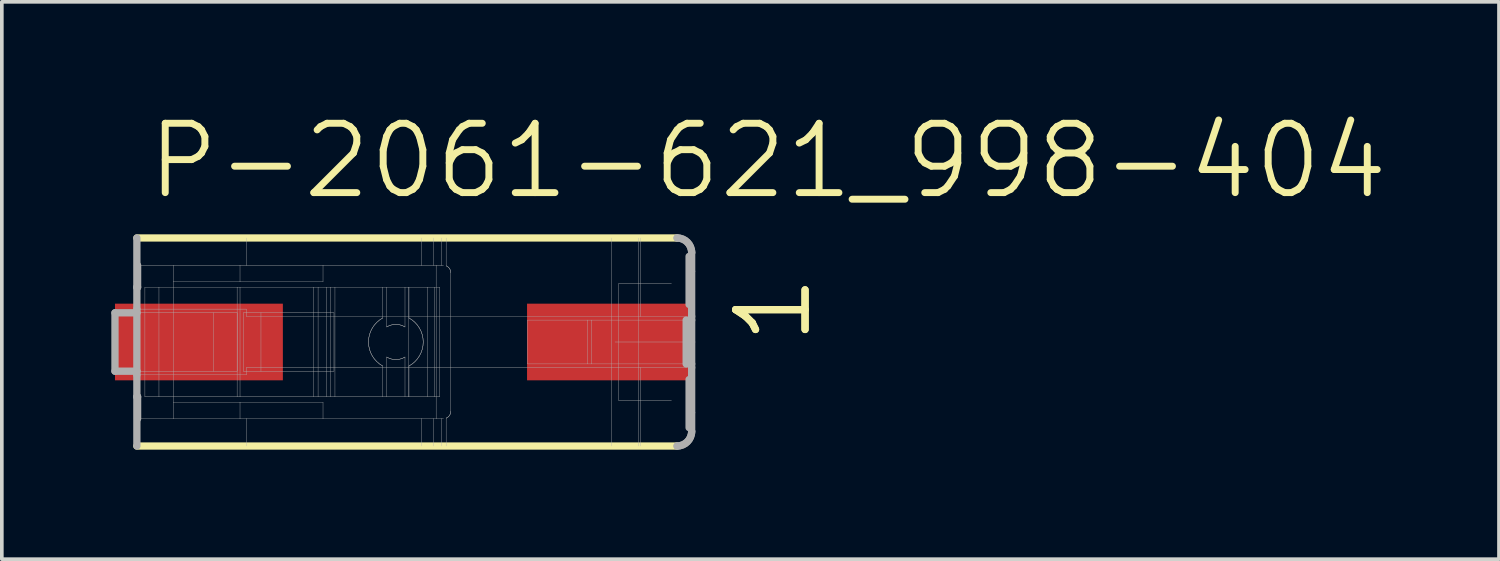
<source format=kicad_pcb>
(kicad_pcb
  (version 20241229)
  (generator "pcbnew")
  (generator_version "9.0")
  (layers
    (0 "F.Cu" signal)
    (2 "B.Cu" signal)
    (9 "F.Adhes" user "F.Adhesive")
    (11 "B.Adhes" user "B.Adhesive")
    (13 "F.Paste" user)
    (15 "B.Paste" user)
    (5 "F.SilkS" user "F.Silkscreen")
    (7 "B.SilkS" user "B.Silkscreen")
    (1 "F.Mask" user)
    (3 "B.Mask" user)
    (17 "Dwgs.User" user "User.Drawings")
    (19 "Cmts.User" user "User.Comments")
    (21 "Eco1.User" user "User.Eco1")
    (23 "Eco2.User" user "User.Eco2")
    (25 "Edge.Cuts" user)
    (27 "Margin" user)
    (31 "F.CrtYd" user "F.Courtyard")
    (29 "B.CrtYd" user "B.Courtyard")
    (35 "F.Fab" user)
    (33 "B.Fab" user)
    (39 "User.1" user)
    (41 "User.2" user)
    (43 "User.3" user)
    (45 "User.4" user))
  (footprint "P-2061-621_998-404"
    (layer "F.Cu")
    (at 8.05 6.32)
    (property "Reference" "P-2061-621_998-404" (at -7.15 -3.85 0) (layer "F.SilkS") (effects (font (size 1.9 1.9) (thickness 0.19)) (justify left bottom)))
    (attr through_hole)
    (fp_line (start 7.445 -2.85) (end -7.35 -2.85) (stroke (width 0.2) (type solid)) (layer "F.SilkS"))
    (fp_line (start 7.445 2.85) (end -7.35 2.85) (stroke (width 0.2) (type solid)) (layer "F.SilkS"))
    (fp_line (start -7.95 -0.8) (end -7.35 -0.8) (stroke (width 0.2) (type solid)) (layer "F.Fab"))
    (fp_line (start -7.95 0.8) (end -7.95 -0.8) (stroke (width 0.2) (type solid)) (layer "F.Fab"))
    (fp_line (start -7.95 0.8) (end -7.35 0.8) (stroke (width 0.2) (type solid)) (layer "F.Fab"))
    (fp_line (start -7.35 -1.5) (end -7.35 -2.85) (stroke (width 0.2) (type solid)) (layer "F.Fab"))
    (fp_line (start -7.35 -0.9) (end -7.35 -1.5) (stroke (width 0.2) (type solid)) (layer "F.Fab"))
    (fp_line (start -7.35 -0.8) (end -7.35 -0.9) (stroke (width 0.2) (type solid)) (layer "F.Fab"))
    (fp_line (start -7.35 -0.8) (end -5.25 -0.8) (stroke (width 0.01) (type solid)) (layer "F.Fab"))
    (fp_line (start -7.35 0.8) (end -7.35 -0.8) (stroke (width 0.2) (type solid)) (layer "F.Fab"))
    (fp_line (start -7.35 0.8) (end -5.25 0.8) (stroke (width 0.01) (type solid)) (layer "F.Fab"))
    (fp_line (start -7.35 0.9) (end -7.35 0.8) (stroke (width 0.2) (type solid)) (layer "F.Fab"))
    (fp_line (start -7.35 1.5) (end -7.35 0.9) (stroke (width 0.2) (type solid)) (layer "F.Fab"))
    (fp_line (start -7.35 2.85) (end -7.35 1.5) (stroke (width 0.2) (type solid)) (layer "F.Fab"))
    (fp_line (start -7.33 -2.1) (end -7.33 -1.5) (stroke (width 0.2) (type solid)) (layer "F.Fab"))
    (fp_line (start -7.33 -1.5) (end -7.35 -1.5) (stroke (width 0.2) (type solid)) (layer "F.Fab"))
    (fp_line (start -7.33 1.5) (end -7.35 1.5) (stroke (width 0.2) (type solid)) (layer "F.Fab"))
    (fp_line (start -7.33 1.5) (end -7.33 2.1) (stroke (width 0.2) (type solid)) (layer "F.Fab"))
    (fp_line (start -7.33 2.1) (end -6.35 2.1) (stroke (width 0.01) (type solid)) (layer "F.Fab"))
    (fp_line (start -7.13 1.5) (end -7.13 -1.5) (stroke (width 0.01) (type solid)) (layer "F.Fab"))
    (fp_line (start -6.745 -1.5) (end -7.13 -1.5) (stroke (width 0.01) (type solid)) (layer "F.Fab"))
    (fp_line (start -6.745 1.5) (end -7.13 1.5) (stroke (width 0.01) (type solid)) (layer "F.Fab"))
    (fp_line (start -6.745 1.5) (end -6.745 -1.5) (stroke (width 0.01) (type solid)) (layer "F.Fab"))
    (fp_line (start -6.35 -2.1) (end -7.33 -2.1) (stroke (width 0.01) (type solid)) (layer "F.Fab"))
    (fp_line (start -6.35 -1.65) (end -6.35 -2.1) (stroke (width 0.01) (type solid)) (layer "F.Fab"))
    (fp_line (start -6.35 1.65) (end -6.35 -1.65) (stroke (width 0.01) (type solid)) (layer "F.Fab"))
    (fp_line (start -6.35 2.1) (end -6.35 1.65) (stroke (width 0.01) (type solid)) (layer "F.Fab"))
    (fp_line (start -6.35 2.1) (end -4.524 2.1) (stroke (width 0.01) (type solid)) (layer "F.Fab"))
    (fp_line (start -5.25 -0.8) (end -4.602 -0.8) (stroke (width 0.01) (type solid)) (layer "F.Fab"))
    (fp_line (start -5.25 0.8) (end -5.25 -0.8) (stroke (width 0.01) (type solid)) (layer "F.Fab"))
    (fp_line (start -5.25 0.8) (end -4.602 0.8) (stroke (width 0.01) (type solid)) (layer "F.Fab"))
    (fp_line (start -4.603 -1.5) (end -6.745 -1.5) (stroke (width 0.01) (type solid)) (layer "F.Fab"))
    (fp_line (start -4.603 1.5) (end -6.745 1.5) (stroke (width 0.01) (type solid)) (layer "F.Fab"))
    (fp_line (start -4.603 1.5) (end -4.603 -1.5) (stroke (width 0.01) (type solid)) (layer "F.Fab"))
    (fp_line (start -4.602 -0.8) (end -4.602 0.8) (stroke (width 0.01) (type solid)) (layer "F.Fab"))
    (fp_line (start -4.524 -2.1) (end -6.35 -2.1) (stroke (width 0.01) (type solid)) (layer "F.Fab"))
    (fp_line (start -4.524 -1.65) (end -6.35 -1.65) (stroke (width 0.01) (type solid)) (layer "F.Fab"))
    (fp_line (start -4.524 -1.65) (end -4.524 -2.1) (stroke (width 0.01) (type solid)) (layer "F.Fab"))
    (fp_line (start -4.524 -1.5) (end -4.603 -1.5) (stroke (width 0.01) (type solid)) (layer "F.Fab"))
    (fp_line (start -4.524 1.5) (end -4.603 1.5) (stroke (width 0.01) (type solid)) (layer "F.Fab"))
    (fp_line (start -4.524 1.5) (end -4.524 -1.5) (stroke (width 0.01) (type solid)) (layer "F.Fab"))
    (fp_line (start -4.524 1.65) (end -6.35 1.65) (stroke (width 0.01) (type solid)) (layer "F.Fab"))
    (fp_line (start -4.524 1.65) (end -4.524 2.1) (stroke (width 0.01) (type solid)) (layer "F.Fab"))
    (fp_line (start -4.524 2.1) (end -4.35 2.1) (stroke (width 0.01) (type solid)) (layer "F.Fab"))
    (fp_line (start -4.432 0.8) (end -4.432 -0.8) (stroke (width 0.01) (type solid)) (layer "F.Fab"))
    (fp_line (start -4.35 -2.1) (end -4.524 -2.1) (stroke (width 0.01) (type solid)) (layer "F.Fab"))
    (fp_line (start -4.35 -2.1) (end -4.35 -2.85) (stroke (width 0.01) (type solid)) (layer "F.Fab"))
    (fp_line (start -4.35 -0.9) (end -7.35 -0.9) (stroke (width 0.01) (type solid)) (layer "F.Fab"))
    (fp_line (start -4.35 -0.7) (end -4.35 -0.9) (stroke (width 0.01) (type solid)) (layer "F.Fab"))
    (fp_line (start -4.35 -0.7) (end 6.45 -0.7) (stroke (width 0.01) (type solid)) (layer "F.Fab"))
    (fp_line (start -4.35 0.7) (end 6.45 0.7) (stroke (width 0.01) (type solid)) (layer "F.Fab"))
    (fp_line (start -4.35 0.9) (end -7.35 0.9) (stroke (width 0.01) (type solid)) (layer "F.Fab"))
    (fp_line (start -4.35 0.9) (end -4.35 0.7) (stroke (width 0.01) (type solid)) (layer "F.Fab"))
    (fp_line (start -4.35 2.1) (end -2.25 2.1) (stroke (width 0.01) (type solid)) (layer "F.Fab"))
    (fp_line (start -4.35 2.85) (end -4.35 2.1) (stroke (width 0.01) (type solid)) (layer "F.Fab"))
    (fp_line (start -3.95 -0.8) (end -4.432 -0.8) (stroke (width 0.01) (type solid)) (layer "F.Fab"))
    (fp_line (start -3.95 0.8) (end -4.432 0.8) (stroke (width 0.01) (type solid)) (layer "F.Fab"))
    (fp_line (start -3.95 0.8) (end -3.95 -0.8) (stroke (width 0.01) (type solid)) (layer "F.Fab"))
    (fp_line (start -2.507 -1.5) (end -4.524 -1.5) (stroke (width 0.01) (type solid)) (layer "F.Fab"))
    (fp_line (start -2.507 1.5) (end -4.524 1.5) (stroke (width 0.01) (type solid)) (layer "F.Fab"))
    (fp_line (start -2.507 1.5) (end -2.507 -1.5) (stroke (width 0.01) (type solid)) (layer "F.Fab"))
    (fp_line (start -2.385 -1.5) (end -2.507 -1.5) (stroke (width 0.01) (type solid)) (layer "F.Fab"))
    (fp_line (start -2.385 1.5) (end -2.507 1.5) (stroke (width 0.01) (type solid)) (layer "F.Fab"))
    (fp_line (start -2.385 1.5) (end -2.385 -1.5) (stroke (width 0.01) (type solid)) (layer "F.Fab"))
    (fp_line (start -2.25 -2.1) (end -4.35 -2.1) (stroke (width 0.01) (type solid)) (layer "F.Fab"))
    (fp_line (start -2.25 -1.65) (end -4.524 -1.65) (stroke (width 0.01) (type solid)) (layer "F.Fab"))
    (fp_line (start -2.25 -1.65) (end -2.25 -2.1) (stroke (width 0.01) (type solid)) (layer "F.Fab"))
    (fp_line (start -2.25 1.65) (end -4.524 1.65) (stroke (width 0.01) (type solid)) (layer "F.Fab"))
    (fp_line (start -2.25 1.65) (end -2.25 2.1) (stroke (width 0.01) (type solid)) (layer "F.Fab"))
    (fp_line (start -2.25 2.1) (end 0.457 2.1) (stroke (width 0.01) (type solid)) (layer "F.Fab"))
    (fp_line (start -2.154 -1.5) (end -2.385 -1.5) (stroke (width 0.01) (type solid)) (layer "F.Fab"))
    (fp_line (start -2.154 1.5) (end -2.385 1.5) (stroke (width 0.01) (type solid)) (layer "F.Fab"))
    (fp_line (start -2.154 1.5) (end -2.154 -1.5) (stroke (width 0.01) (type solid)) (layer "F.Fab"))
    (fp_line (start -2.038 -1.5) (end -2.154 -1.5) (stroke (width 0.01) (type solid)) (layer "F.Fab"))
    (fp_line (start -2.038 1.5) (end -2.154 1.5) (stroke (width 0.01) (type solid)) (layer "F.Fab"))
    (fp_line (start -2.038 1.5) (end -2.038 -1.5) (stroke (width 0.01) (type solid)) (layer "F.Fab"))
    (fp_line (start -1.95 -0.8) (end -3.95 -0.8) (stroke (width 0.01) (type solid)) (layer "F.Fab"))
    (fp_line (start -1.95 0.8) (end -3.95 0.8) (stroke (width 0.01) (type solid)) (layer "F.Fab"))
    (fp_line (start -1.95 0.8) (end -1.95 -0.8) (stroke (width 0.01) (type solid)) (layer "F.Fab"))
    (fp_line (start -1.923 -1.5) (end -2.038 -1.5) (stroke (width 0.01) (type solid)) (layer "F.Fab"))
    (fp_line (start -1.923 1.5) (end -2.038 1.5) (stroke (width 0.01) (type solid)) (layer "F.Fab"))
    (fp_line (start -1.923 1.5) (end -1.923 -1.5) (stroke (width 0.01) (type solid)) (layer "F.Fab"))
    (fp_line (start -0.613 -1.5) (end -1.923 -1.5) (stroke (width 0.01) (type solid)) (layer "F.Fab"))
    (fp_line (start -0.613 -0.658) (end -0.613 -1.5) (stroke (width 0.01) (type solid)) (layer "F.Fab"))
    (fp_line (start -0.613 1.5) (end -1.923 1.5) (stroke (width 0.01) (type solid)) (layer "F.Fab"))
    (fp_line (start -0.613 1.5) (end -0.613 0.658) (stroke (width 0.01) (type solid)) (layer "F.Fab"))
    (fp_line (start -0.504 -1.5) (end -0.613 -1.5) (stroke (width 0.01) (type solid)) (layer "F.Fab"))
    (fp_line (start -0.504 -0.412) (end -0.504 -1.5) (stroke (width 0.01) (type solid)) (layer "F.Fab"))
    (fp_line (start -0.504 1.5) (end -0.613 1.5) (stroke (width 0.01) (type solid)) (layer "F.Fab"))
    (fp_line (start -0.504 1.5) (end -0.504 0.412) (stroke (width 0.01) (type solid)) (layer "F.Fab"))
    (fp_line (start -0.004 -1.5) (end -0.504 -1.5) (stroke (width 0.01) (type solid)) (layer "F.Fab"))
    (fp_line (start -0.004 -0.412) (end -0.004 -1.5) (stroke (width 0.01) (type solid)) (layer "F.Fab"))
    (fp_line (start -0.004 1.5) (end -0.504 1.5) (stroke (width 0.01) (type solid)) (layer "F.Fab"))
    (fp_line (start -0.004 1.5) (end -0.004 0.412) (stroke (width 0.01) (type solid)) (layer "F.Fab"))
    (fp_line (start 0.101 -1.5) (end -0.004 -1.5) (stroke (width 0.01) (type solid)) (layer "F.Fab"))
    (fp_line (start 0.101 1.5) (end -0.004 1.5) (stroke (width 0.01) (type solid)) (layer "F.Fab"))
    (fp_line (start 0.101 1.5) (end 0.101 -1.5) (stroke (width 0.01) (type solid)) (layer "F.Fab"))
    (fp_line (start 0.105 -1.5) (end 0.101 -1.5) (stroke (width 0.01) (type solid)) (layer "F.Fab"))
    (fp_line (start 0.105 -0.658) (end 0.105 -1.5) (stroke (width 0.01) (type solid)) (layer "F.Fab"))
    (fp_line (start 0.105 1.5) (end 0.101 1.5) (stroke (width 0.01) (type solid)) (layer "F.Fab"))
    (fp_line (start 0.105 1.5) (end 0.105 0.658) (stroke (width 0.01) (type solid)) (layer "F.Fab"))
    (fp_line (start 0.457 -2.1) (end -2.25 -2.1) (stroke (width 0.01) (type solid)) (layer "F.Fab"))
    (fp_line (start 0.457 -2.1) (end 0.457 -2.85) (stroke (width 0.01) (type solid)) (layer "F.Fab"))
    (fp_line (start 0.457 2.1) (end 0.782 2.1) (stroke (width 0.01) (type solid)) (layer "F.Fab"))
    (fp_line (start 0.457 2.85) (end 0.457 2.1) (stroke (width 0.01) (type solid)) (layer "F.Fab"))
    (fp_line (start 0.605 -1.5) (end 0.105 -1.5) (stroke (width 0.01) (type solid)) (layer "F.Fab"))
    (fp_line (start 0.605 1.5) (end 0.105 1.5) (stroke (width 0.01) (type solid)) (layer "F.Fab"))
    (fp_line (start 0.605 1.5) (end 0.605 -1.5) (stroke (width 0.01) (type solid)) (layer "F.Fab"))
    (fp_line (start 0.782 -2.1) (end 0.457 -2.1) (stroke (width 0.01) (type solid)) (layer "F.Fab"))
    (fp_line (start 0.782 -2.1) (end 0.782 -2.85) (stroke (width 0.01) (type solid)) (layer "F.Fab"))
    (fp_line (start 0.782 2.1) (end 0.85 2.1) (stroke (width 0.01) (type solid)) (layer "F.Fab"))
    (fp_line (start 0.782 2.85) (end 0.782 2.1) (stroke (width 0.01) (type solid)) (layer "F.Fab"))
    (fp_line (start 0.802 -1.5) (end 0.605 -1.5) (stroke (width 0.01) (type solid)) (layer "F.Fab"))
    (fp_line (start 0.802 1.5) (end 0.605 1.5) (stroke (width 0.01) (type solid)) (layer "F.Fab"))
    (fp_line (start 0.802 1.5) (end 0.802 -1.5) (stroke (width 0.01) (type solid)) (layer "F.Fab"))
    (fp_line (start 0.85 -2.1) (end 0.782 -2.1) (stroke (width 0.01) (type solid)) (layer "F.Fab"))
    (fp_line (start 0.85 2.1) (end 0.85 -2.1) (stroke (width 0.01) (type solid)) (layer "F.Fab"))
    (fp_line (start 0.85 2.1) (end 0.994 2.1) (stroke (width 0.01) (type solid)) (layer "F.Fab"))
    (fp_line (start 0.95 -1.5) (end 0.802 -1.5) (stroke (width 0.01) (type solid)) (layer "F.Fab"))
    (fp_line (start 0.95 1.5) (end 0.802 1.5) (stroke (width 0.01) (type solid)) (layer "F.Fab"))
    (fp_line (start 0.95 1.5) (end 0.95 -1.5) (stroke (width 0.01) (type solid)) (layer "F.Fab"))
    (fp_line (start 0.994 -2.1) (end 0.85 -2.1) (stroke (width 0.01) (type solid)) (layer "F.Fab"))
    (fp_line (start 0.994 -2.1) (end 0.994 -2.85) (stroke (width 0.01) (type solid)) (layer "F.Fab"))
    (fp_line (start 0.994 2.1) (end 1.05 2.1) (stroke (width 0.01) (type solid)) (layer "F.Fab"))
    (fp_line (start 0.994 2.85) (end 0.994 2.1) (stroke (width 0.01) (type solid)) (layer "F.Fab"))
    (fp_line (start 1.05 -2.1) (end 0.994 -2.1) (stroke (width 0.01) (type solid)) (layer "F.Fab"))
    (fp_line (start 1.124 -2.086) (end 1.124 -2.85) (stroke (width 0.01) (type solid)) (layer "F.Fab"))
    (fp_line (start 1.124 2.85) (end 1.124 2.086) (stroke (width 0.01) (type solid)) (layer "F.Fab"))
    (fp_line (start 1.25 1.9) (end 1.25 -1.9) (stroke (width 0.01) (type solid)) (layer "F.Fab"))
    (fp_line (start 3.35 -0.6) (end 4.999 -0.6) (stroke (width 0.01) (type solid)) (layer "F.Fab"))
    (fp_line (start 3.35 0.6) (end 3.35 -0.6) (stroke (width 0.01) (type solid)) (layer "F.Fab"))
    (fp_line (start 4.999 -0.6) (end 5.104 -0.6) (stroke (width 0.01) (type solid)) (layer "F.Fab"))
    (fp_line (start 4.999 0.6) (end 3.35 0.6) (stroke (width 0.01) (type solid)) (layer "F.Fab"))
    (fp_line (start 4.999 0.6) (end 4.999 -0.6) (stroke (width 0.01) (type solid)) (layer "F.Fab"))
    (fp_line (start 5.104 -0.6) (end 7.7 -0.6) (stroke (width 0.01) (type solid)) (layer "F.Fab"))
    (fp_line (start 5.104 0.6) (end 4.999 0.6) (stroke (width 0.01) (type solid)) (layer "F.Fab"))
    (fp_line (start 5.104 0.6) (end 5.104 -0.6) (stroke (width 0.01) (type solid)) (layer "F.Fab"))
    (fp_line (start 5.65 2.85) (end 5.65 -2.85) (stroke (width 0.01) (type solid)) (layer "F.Fab"))
    (fp_line (start 5.85 -1.6) (end 5.85 1.6) (stroke (width 0.01) (type solid)) (layer "F.Fab"))
    (fp_line (start 5.85 1.6) (end 7.298 1.6) (stroke (width 0.01) (type solid)) (layer "F.Fab"))
    (fp_line (start 6.394 2.85) (end 6.394 -2.85) (stroke (width 0.01) (type solid)) (layer "F.Fab"))
    (fp_line (start 6.45 -0.7) (end 6.45 -2.85) (stroke (width 0.01) (type solid)) (layer "F.Fab"))
    (fp_line (start 6.45 -0.7) (end 7.85 -0.7) (stroke (width 0.01) (type solid)) (layer "F.Fab"))
    (fp_line (start 6.45 0.7) (end 7.85 0.7) (stroke (width 0.01) (type solid)) (layer "F.Fab"))
    (fp_line (start 6.45 2.85) (end 6.45 0.7) (stroke (width 0.01) (type solid)) (layer "F.Fab"))
    (fp_line (start 7.298 -1.6) (end 5.85 -1.6) (stroke (width 0.01) (type solid)) (layer "F.Fab"))
    (fp_line (start 7.7 -0.6) (end 7.85 -0.6) (stroke (width 0.01) (type solid)) (layer "F.Fab"))
    (fp_line (start 7.7 0.6) (end 5.104 0.6) (stroke (width 0.01) (type solid)) (layer "F.Fab"))
    (fp_line (start 7.7 0.6) (end 7.7 -0.6) (stroke (width 0.2) (type solid)) (layer "F.Fab"))
    (fp_line (start 7.78 -1.029) (end 7.78 -2.346) (stroke (width 0.2) (type solid)) (layer "F.Fab"))
    (fp_line (start 7.78 2.346) (end 7.78 1.029) (stroke (width 0.2) (type solid)) (layer "F.Fab"))
    (fp_line (start 7.85 -2.45) (end 7.85 -1.95) (stroke (width 0.2) (type solid)) (layer "F.Fab"))
    (fp_line (start 7.85 -0.7) (end 7.85 -1.921) (stroke (width 0.2) (type solid)) (layer "F.Fab"))
    (fp_line (start 7.85 -0.6) (end 7.85 -0.7) (stroke (width 0.2) (type solid)) (layer "F.Fab"))
    (fp_line (start 7.85 0.6) (end 7.7 0.6) (stroke (width 0.01) (type solid)) (layer "F.Fab"))
    (fp_line (start 7.85 0.6) (end 7.85 -0.6) (stroke (width 0.2) (type solid)) (layer "F.Fab"))
    (fp_line (start 7.85 0.7) (end 7.85 0.6) (stroke (width 0.2) (type solid)) (layer "F.Fab"))
    (fp_line (start 7.85 1.921) (end 7.85 0.7) (stroke (width 0.2) (type solid)) (layer "F.Fab"))
    (fp_line (start 7.85 2.45) (end 7.85 1.95) (stroke (width 0.2) (type solid)) (layer "F.Fab"))
    (fp_line (start 7.95 0) (end 5.75 0) (stroke (width 0.01) (type solid)) (layer "F.Fab"))
    (fp_arc (start -0.613399 0.6584) (mid -1.004208 0) (end -0.6134 -0.6584) (stroke (width 0.01) (type solid)) (layer "F.Fab"))
    (fp_arc (start -0.613399 0.6584) (mid -1.004208 0) (end -0.6134 -0.6584) (stroke (width 0.01) (type solid)) (layer "F.Fab"))
    (fp_arc (start -0.5042 -0.4123) (mid -0.2542 -0.482174) (end -0.0042 -0.4123) (stroke (width 0.01) (type solid)) (layer "F.Fab"))
    (fp_arc (start -0.5042 -0.4123) (mid -0.2542 -0.482174) (end -0.0042 -0.4123) (stroke (width 0.01) (type solid)) (layer "F.Fab"))
    (fp_arc (start -0.0042 0.4123) (mid -0.2542 0.482174) (end -0.5042 0.4123) (stroke (width 0.01) (type solid)) (layer "F.Fab"))
    (fp_arc (start -0.0042 0.4123) (mid -0.2542 0.482174) (end -0.5042 0.4123) (stroke (width 0.01) (type solid)) (layer "F.Fab"))
    (fp_arc (start 0.105001 -0.6584) (mid 0.49581 0) (end 0.105 0.6584) (stroke (width 0.01) (type solid)) (layer "F.Fab"))
    (fp_arc (start 0.105001 -0.6584) (mid 0.49581 0) (end 0.105 0.6584) (stroke (width 0.01) (type solid)) (layer "F.Fab"))
    (fp_arc (start 1.123999 -2.0858) (mid 1.215527 -2.012246) (end 1.25 -1.9) (stroke (width 0.01) (type solid)) (layer "F.Fab"))
    (fp_arc (start 1.123999 -2.0858) (mid 1.215527 -2.012246) (end 1.25 -1.9) (stroke (width 0.01) (type solid)) (layer "F.Fab"))
    (fp_arc (start 1.250001 1.899999) (mid 1.215529 2.012246) (end 1.124 2.0858) (stroke (width 0.01) (type solid)) (layer "F.Fab"))
    (fp_arc (start 1.250001 1.899999) (mid 1.215529 2.012246) (end 1.124 2.0858) (stroke (width 0.01) (type solid)) (layer "F.Fab"))
    (fp_arc (start 7.45 -2.85) (mid 7.732843 -2.732843) (end 7.85 -2.45) (stroke (width 0.2) (type solid)) (layer "F.Fab"))
    (fp_arc (start 7.45 -2.85) (mid 7.732843 -2.732843) (end 7.85 -2.45) (stroke (width 0.2) (type solid)) (layer "F.Fab"))
    (fp_arc (start 7.85 2.45) (mid 7.732843 2.732843) (end 7.45 2.85) (stroke (width 0.2) (type solid)) (layer "F.Fab"))
    (fp_arc (start 7.85 2.45) (mid 7.732843 2.732843) (end 7.45 2.85) (stroke (width 0.2) (type solid)) (layer "F.Fab"))
    (fp_text user "1" (at 11.2 0.15 90) (layer "F.SilkS") (effects (font (size 1.9 1.9) (thickness 0.2)) (justify left bottom)))
    (fp_text user "1" (at 11.2 0.15 90) (layer "F.SilkS") (effects (font (size 1.9 1.9) (thickness 0.2)) (justify left bottom)))
    (pad "1" smd rect (at -5.65 0) (size 4.6 2.1) (layers "F.Cu" "F.Mask" "F.Paste"))
    (pad "1" smd rect (at 5.64 0) (size 4.6 2.1) (layers "F.Cu" "F.Mask" "F.Paste")))
  (gr_rect
    (start -3 -3)
    (end 38.019 12.27)
    (stroke (width 0.1) (type default))
    (fill no)
    (layer "Edge.Cuts")))
</source>
